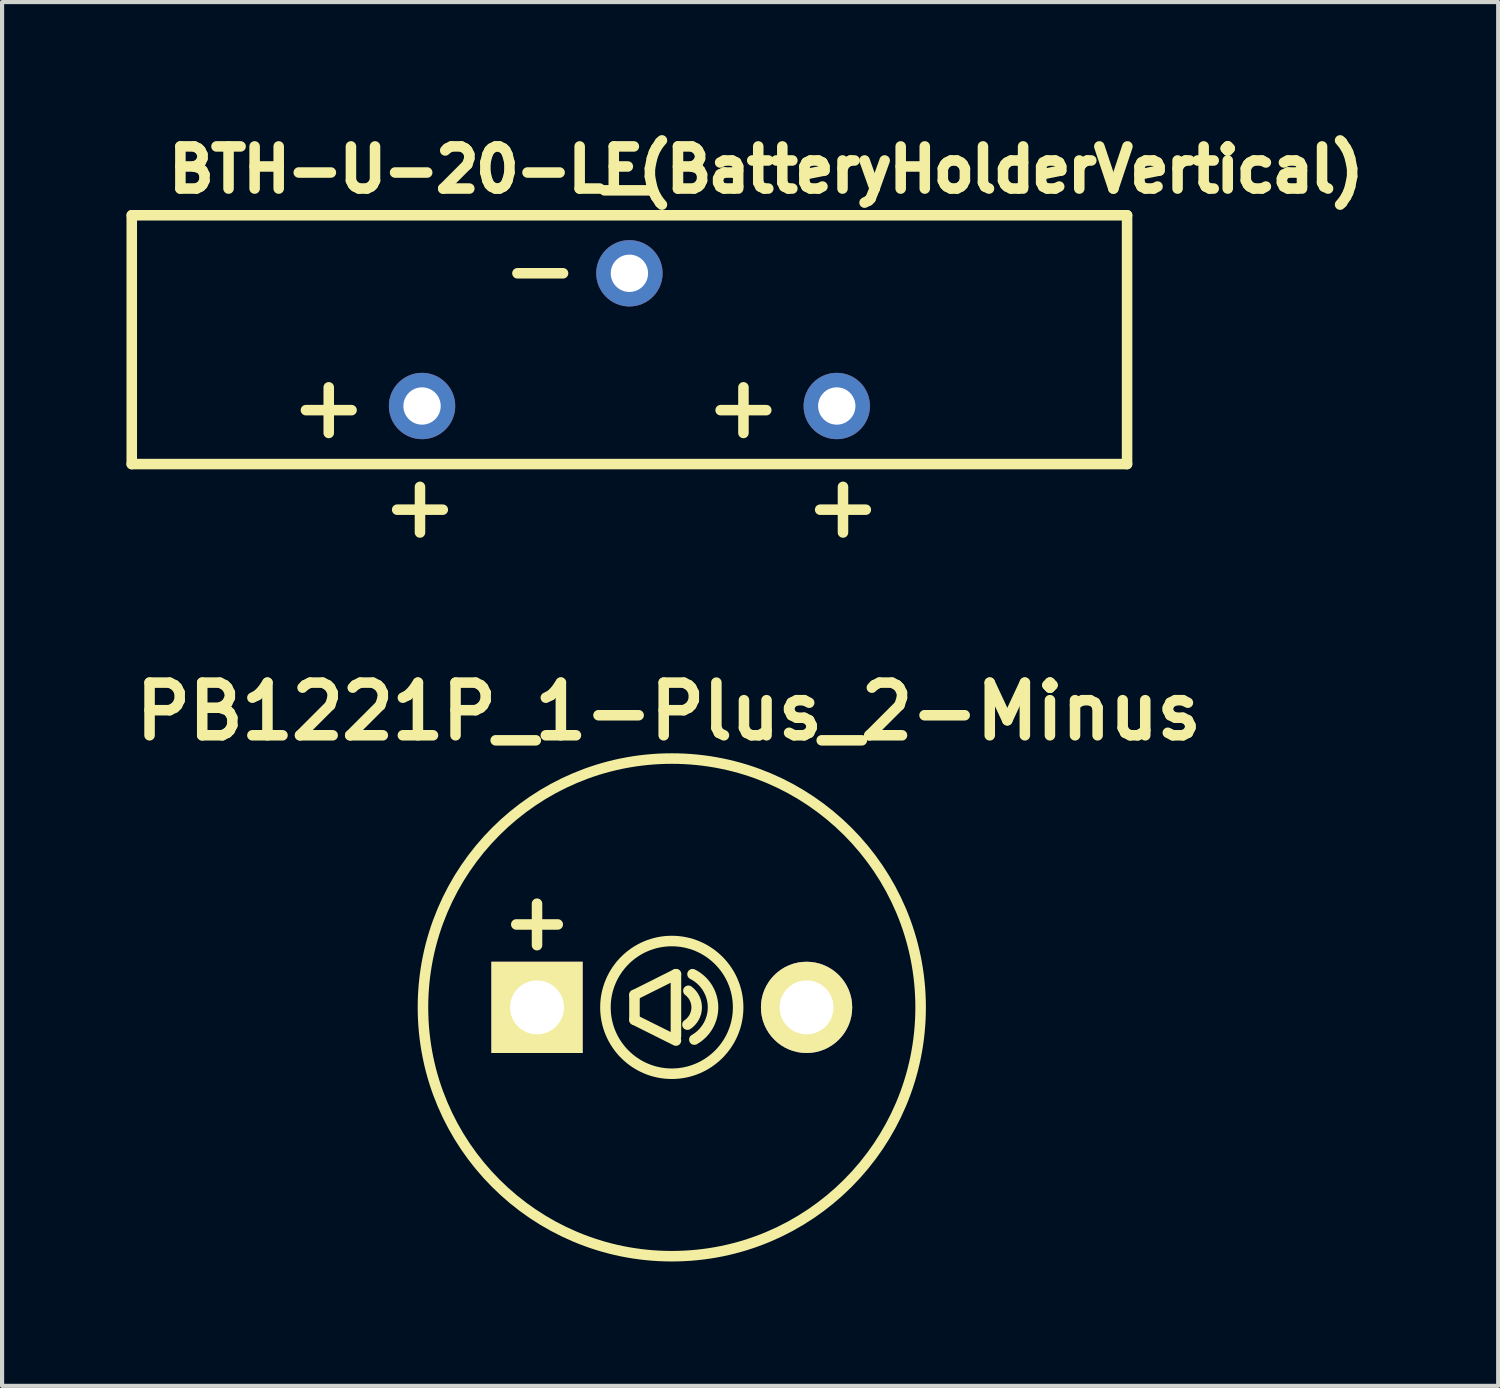
<source format=kicad_pcb>
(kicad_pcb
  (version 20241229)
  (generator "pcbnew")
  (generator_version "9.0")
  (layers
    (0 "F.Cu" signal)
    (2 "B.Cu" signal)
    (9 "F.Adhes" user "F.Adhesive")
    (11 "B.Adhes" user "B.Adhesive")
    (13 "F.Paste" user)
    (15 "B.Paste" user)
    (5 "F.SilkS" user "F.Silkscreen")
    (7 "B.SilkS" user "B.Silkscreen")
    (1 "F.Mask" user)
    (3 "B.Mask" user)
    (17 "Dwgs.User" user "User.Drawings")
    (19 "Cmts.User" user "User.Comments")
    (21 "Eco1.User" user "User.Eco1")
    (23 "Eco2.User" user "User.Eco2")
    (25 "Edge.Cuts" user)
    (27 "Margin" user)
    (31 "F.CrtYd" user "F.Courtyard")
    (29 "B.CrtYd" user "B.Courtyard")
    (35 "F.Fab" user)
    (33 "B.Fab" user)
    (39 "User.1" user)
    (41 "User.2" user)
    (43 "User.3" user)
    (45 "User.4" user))
  (footprint "PB1221P_1-Plus_2-Minus"
    (layer "F.Cu")
    (at 13.149 21.241)
    (property "Reference" "PB1221P_1-Plus_2-Minus" (at -0.074 -7.135 0) (layer "F.SilkS") (effects (font (size 1.27 1.27) (thickness 0.254))))
    (attr smd)
    (fp_line (start -3.75 -2) (end -2.75 -2) (stroke (width 0.254) (type solid)) (layer "F.SilkS"))
    (fp_line (start -3.25 -2.5) (end -3.25 -1.5) (stroke (width 0.254) (type solid)) (layer "F.SilkS"))
    (fp_line (start -0.9 -0.3) (end 0.1 -0.8) (stroke (width 0.254) (type solid)) (layer "F.SilkS"))
    (fp_line (start -0.9 0.3) (end -0.9 -0.3) (stroke (width 0.254) (type solid)) (layer "F.SilkS"))
    (fp_line (start 0.1 -0.8) (end 0.1 0.7) (stroke (width 0.254) (type solid)) (layer "F.SilkS"))
    (fp_line (start 0.1 0.8) (end -0.9 0.3) (stroke (width 0.254) (type solid)) (layer "F.SilkS"))
    (fp_arc (start 0.4 -0.4) (mid 0.599808 0.013873) (end 0.37735 0.416025) (stroke (width 0.254) (type solid)) (layer "F.SilkS"))
    (fp_arc (start 0.5 -0.8) (mid 0.994083 -0.024817) (end 0.54376 0.77658) (stroke (width 0.254) (type solid)) (layer "F.SilkS"))
    (fp_circle (center 0 0) (end -6 0) (stroke (width 0.254) (type solid)) (fill no) (layer "F.SilkS"))
    (fp_circle (center 0 0) (end -1.6 0) (stroke (width 0.254) (type solid)) (fill no) (layer "F.SilkS"))
    (pad "1" thru_hole rect (at -3.25 0) (size 2.2 2.2) (drill 1.3) (layers "*.Cu" "F.Mask" "F.SilkS"))
    (pad "2" thru_hole circle (at 3.25 0) (size 2.2 2.2) (drill 1.3) (layers "*.Cu" "F.Mask" "F.SilkS")))
  (footprint "BTH-U-20-LF(BatteryHolderVertical)"
    (layer "F.Cu")
    (at 12.127 5.14)
    (property "Reference" "BTH-U-20-LF(BatteryHolderVertical)" (at 3.3 -4.1 0) (layer "F.SilkS") (effects (font (size 1.016 1.016) (thickness 0.254))))
    (attr through_hole)
    (fp_line (start -12 -3) (end -12 3) (stroke (width 0.254) (type solid)) (layer "F.SilkS"))
    (fp_line (start -12 3) (end 12 3) (stroke (width 0.254) (type solid)) (layer "F.SilkS"))
    (fp_line (start -7.8 1.7) (end -6.7 1.7) (stroke (width 0.254) (type solid)) (layer "F.SilkS"))
    (fp_line (start -7.25 2.25) (end -7.25 1.15) (stroke (width 0.254) (type solid)) (layer "F.SilkS"))
    (fp_line (start -5.6 4.1) (end -4.5 4.1) (stroke (width 0.254) (type solid)) (layer "F.SilkS"))
    (fp_line (start -5.05 4.65) (end -5.05 3.55) (stroke (width 0.254) (type solid)) (layer "F.SilkS"))
    (fp_line (start -2.7 -1.6) (end -1.6 -1.6) (stroke (width 0.254) (type solid)) (layer "F.SilkS"))
    (fp_line (start -0.6 -3.6) (end 0.5 -3.6) (stroke (width 0.254) (type solid)) (layer "F.SilkS"))
    (fp_line (start 2.2 1.7) (end 3.3 1.7) (stroke (width 0.254) (type solid)) (layer "F.SilkS"))
    (fp_line (start 2.75 2.25) (end 2.75 1.15) (stroke (width 0.254) (type solid)) (layer "F.SilkS"))
    (fp_line (start 5.15 4.65) (end 5.15 3.55) (stroke (width 0.254) (type solid)) (layer "F.SilkS"))
    (fp_line (start 5.7 4.1) (end 4.6 4.1) (stroke (width 0.254) (type solid)) (layer "F.SilkS"))
    (fp_line (start 12 -3) (end -12 -3) (stroke (width 0.254) (type solid)) (layer "F.SilkS"))
    (fp_line (start 12 3) (end 12 -3) (stroke (width 0.254) (type solid)) (layer "F.SilkS"))
    (pad "1" thru_hole circle (at -5 1.6) (size 1.6 1.6) (drill 0.9) (layers "*.Cu" "*.Mask"))
    (pad "1" thru_hole circle (at 5 1.6) (size 1.6 1.6) (drill 0.9) (layers "*.Cu" "*.Mask"))
    (pad "2" thru_hole circle (at 0 -1.6) (size 1.6 1.6) (drill 0.9) (layers "*.Cu" "*.Mask")))
  (gr_rect
    (start -3 -3)
    (end 33.076 30.368)
    (stroke (width 0.1) (type default))
    (fill no)
    (layer "Edge.Cuts")))
</source>
